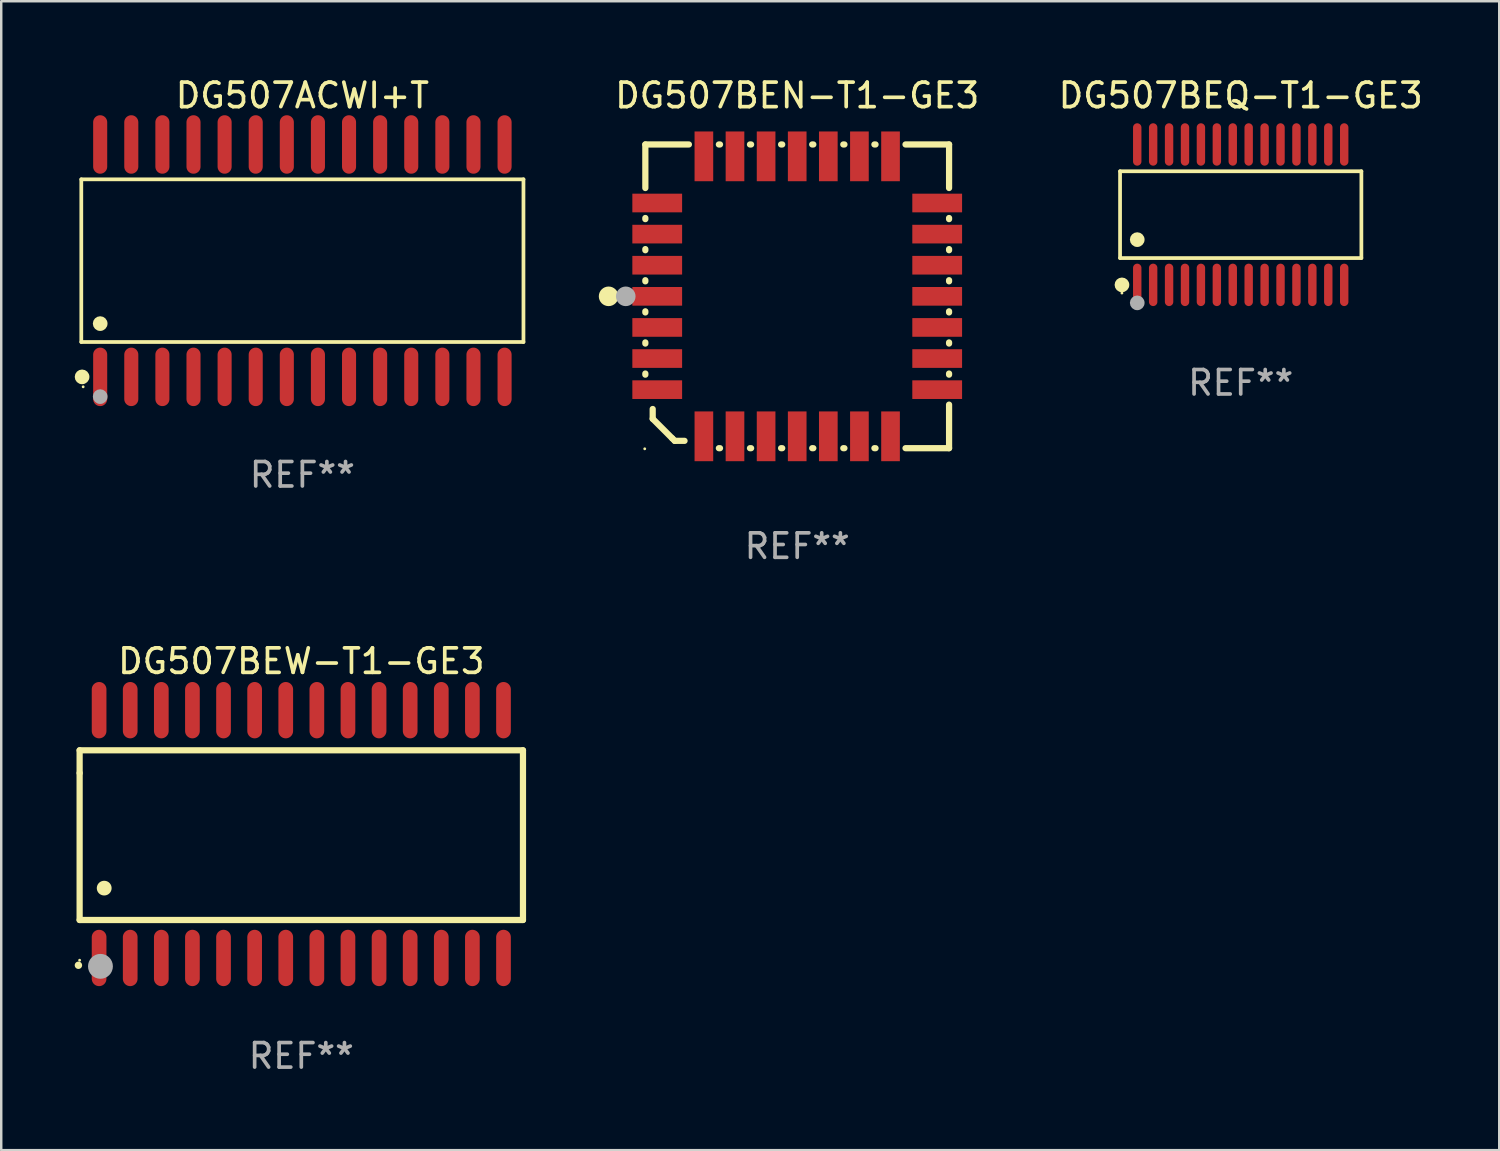
<source format=kicad_pcb>
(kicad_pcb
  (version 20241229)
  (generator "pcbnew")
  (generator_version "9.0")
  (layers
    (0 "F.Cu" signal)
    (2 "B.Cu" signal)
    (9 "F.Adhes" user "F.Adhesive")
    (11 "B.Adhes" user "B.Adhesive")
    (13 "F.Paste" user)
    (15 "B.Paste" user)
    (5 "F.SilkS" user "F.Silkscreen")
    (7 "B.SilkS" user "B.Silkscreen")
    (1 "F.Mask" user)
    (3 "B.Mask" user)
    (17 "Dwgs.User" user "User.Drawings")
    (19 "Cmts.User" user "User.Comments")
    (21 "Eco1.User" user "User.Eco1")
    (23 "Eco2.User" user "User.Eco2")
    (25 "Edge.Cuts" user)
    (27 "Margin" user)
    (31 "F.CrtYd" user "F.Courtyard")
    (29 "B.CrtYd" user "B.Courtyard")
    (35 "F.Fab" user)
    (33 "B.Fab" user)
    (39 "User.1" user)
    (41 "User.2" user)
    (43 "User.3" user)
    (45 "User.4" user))
  (footprint "DG507ACWI+T"
    (layer "F.Cu")
    (at 9.295 7.592)
    (property "Reference" "DG507ACWI+T" (at 0 -6.744 0) (layer "F.SilkS") (effects (font (size 1 1) (thickness 0.15))))
    (attr through_hole)
    (fp_line (start -9.026 -3.321) (end 9.026 -3.321) (stroke (width 0.152) (type solid)) (layer "F.SilkS"))
    (fp_line (start -9.026 3.321) (end -9.026 -3.321) (stroke (width 0.152) (type solid)) (layer "F.SilkS"))
    (fp_line (start 9.026 -3.321) (end 9.026 3.321) (stroke (width 0.152) (type solid)) (layer "F.SilkS"))
    (fp_line (start 9.026 3.321) (end -9.026 3.321) (stroke (width 0.152) (type solid)) (layer "F.SilkS"))
    (fp_circle (center -8.994 4.744) (end -8.844 4.744) (stroke (width 0.3) (type solid)) (fill no) (layer "F.SilkS"))
    (fp_circle (center -8.95 5.15) (end -8.92 5.15) (stroke (width 0.06) (type solid)) (fill no) (layer "F.SilkS"))
    (fp_circle (center -8.255 2.569) (end -8.105 2.569) (stroke (width 0.3) (type solid)) (fill no) (layer "F.SilkS"))
    (fp_circle (center -8.255 5.55) (end -8.105 5.55) (stroke (width 0.3) (type solid)) (fill no) (layer "F.Fab"))
    (fp_text user "REF**" (at 0 8.744 0) (layer "F.Fab") (effects (font (size 1 1) (thickness 0.15))))
    (pad "1" smd oval (at -8.255 4.744) (size 0.574 2.388) (layers "F.Cu" "F.Mask" "F.Paste"))
    (pad "2" smd oval (at -6.985 4.744) (size 0.574 2.388) (layers "F.Cu" "F.Mask" "F.Paste"))
    (pad "3" smd oval (at -5.715 4.744) (size 0.574 2.388) (layers "F.Cu" "F.Mask" "F.Paste"))
    (pad "4" smd oval (at -4.445 4.744) (size 0.574 2.388) (layers "F.Cu" "F.Mask" "F.Paste"))
    (pad "5" smd oval (at -3.175 4.744) (size 0.574 2.388) (layers "F.Cu" "F.Mask" "F.Paste"))
    (pad "6" smd oval (at -1.905 4.744) (size 0.574 2.388) (layers "F.Cu" "F.Mask" "F.Paste"))
    (pad "7" smd oval (at -0.635 4.744) (size 0.574 2.388) (layers "F.Cu" "F.Mask" "F.Paste"))
    (pad "8" smd oval (at 0.635 4.744) (size 0.574 2.388) (layers "F.Cu" "F.Mask" "F.Paste"))
    (pad "9" smd oval (at 1.905 4.744) (size 0.574 2.388) (layers "F.Cu" "F.Mask" "F.Paste"))
    (pad "10" smd oval (at 3.175 4.744) (size 0.574 2.388) (layers "F.Cu" "F.Mask" "F.Paste"))
    (pad "11" smd oval (at 4.445 4.744) (size 0.574 2.388) (layers "F.Cu" "F.Mask" "F.Paste"))
    (pad "12" smd oval (at 5.715 4.744) (size 0.574 2.388) (layers "F.Cu" "F.Mask" "F.Paste"))
    (pad "13" smd oval (at 6.985 4.744) (size 0.574 2.388) (layers "F.Cu" "F.Mask" "F.Paste"))
    (pad "14" smd oval (at 8.255 4.744) (size 0.574 2.388) (layers "F.Cu" "F.Mask" "F.Paste"))
    (pad "15" smd oval (at 8.255 -4.744) (size 0.574 2.388) (layers "F.Cu" "F.Mask" "F.Paste"))
    (pad "16" smd oval (at 6.985 -4.744) (size 0.574 2.388) (layers "F.Cu" "F.Mask" "F.Paste"))
    (pad "17" smd oval (at 5.715 -4.744) (size 0.574 2.388) (layers "F.Cu" "F.Mask" "F.Paste"))
    (pad "18" smd oval (at 4.445 -4.744) (size 0.574 2.388) (layers "F.Cu" "F.Mask" "F.Paste"))
    (pad "19" smd oval (at 3.175 -4.744) (size 0.574 2.388) (layers "F.Cu" "F.Mask" "F.Paste"))
    (pad "20" smd oval (at 1.905 -4.744) (size 0.574 2.388) (layers "F.Cu" "F.Mask" "F.Paste"))
    (pad "21" smd oval (at 0.635 -4.744) (size 0.574 2.388) (layers "F.Cu" "F.Mask" "F.Paste"))
    (pad "22" smd oval (at -0.635 -4.744) (size 0.574 2.388) (layers "F.Cu" "F.Mask" "F.Paste"))
    (pad "23" smd oval (at -1.905 -4.744) (size 0.574 2.388) (layers "F.Cu" "F.Mask" "F.Paste"))
    (pad "24" smd oval (at -3.175 -4.744) (size 0.574 2.388) (layers "F.Cu" "F.Mask" "F.Paste"))
    (pad "25" smd oval (at -4.445 -4.744) (size 0.574 2.388) (layers "F.Cu" "F.Mask" "F.Paste"))
    (pad "26" smd oval (at -5.715 -4.744) (size 0.574 2.388) (layers "F.Cu" "F.Mask" "F.Paste"))
    (pad "27" smd oval (at -6.985 -4.744) (size 0.574 2.388) (layers "F.Cu" "F.Mask" "F.Paste"))
    (pad "28" smd oval (at -8.255 -4.744) (size 0.574 2.388) (layers "F.Cu" "F.Mask" "F.Paste")))
  (footprint "DG507BEW-T1-GE3"
    (layer "F.Cu")
    (at 9.251 31.002)
    (property "Reference" "DG507BEW-T1-GE3" (at 0 -7.058 0) (layer "F.SilkS") (effects (font (size 1 1) (thickness 0.15))))
    (attr through_hole)
    (fp_line (start -9.05 -3.42) (end 9.05 -3.42) (stroke (width 0.254) (type solid)) (layer "F.SilkS"))
    (fp_line (start -9.05 -2.492) (end -9.05 -3.42) (stroke (width 0.254) (type solid)) (layer "F.SilkS"))
    (fp_line (start -9.05 3.508) (end -9.05 -2.492) (stroke (width 0.254) (type solid)) (layer "F.SilkS"))
    (fp_line (start 9.05 -3.42) (end 9.05 3.508) (stroke (width 0.254) (type solid)) (layer "F.SilkS"))
    (fp_line (start 9.05 3.508) (end -9.05 3.508) (stroke (width 0.254) (type solid)) (layer "F.SilkS"))
    (fp_arc (start -9.100838 5.35649) (mid -9.099568 5.356485) (end -9.098298 5.35649) (stroke (width 0.3) (type solid)) (layer "F.SilkS"))
    (fp_arc (start -8.049276 2.206883) (mid -8.046736 2.206872) (end -8.044196 2.206883) (stroke (width 0.6) (type solid)) (layer "F.SilkS"))
    (fp_circle (center -9.05 5.15) (end -9.02 5.15) (stroke (width 0.06) (type solid)) (fill no) (layer "F.SilkS"))
    (fp_circle (center -8.2 5.4) (end -7.946 5.4) (stroke (width 0.508) (type solid)) (fill no) (layer "F.Fab"))
    (fp_text user "REF**" (at 0 9.058 0) (layer "F.Fab") (effects (font (size 1 1) (thickness 0.15))))
    (pad "1" smd oval (at -8.255 5.058 180) (size 0.6 2.3) (layers "F.Cu" "F.Mask" "F.Paste"))
    (pad "2" smd oval (at -6.985 5.058 180) (size 0.6 2.3) (layers "F.Cu" "F.Mask" "F.Paste"))
    (pad "3" smd oval (at -5.715 5.058 180) (size 0.6 2.3) (layers "F.Cu" "F.Mask" "F.Paste"))
    (pad "4" smd oval (at -4.445 5.058 180) (size 0.6 2.3) (layers "F.Cu" "F.Mask" "F.Paste"))
    (pad "5" smd oval (at -3.175 5.058 180) (size 0.6 2.3) (layers "F.Cu" "F.Mask" "F.Paste"))
    (pad "6" smd oval (at -1.905 5.058 180) (size 0.6 2.3) (layers "F.Cu" "F.Mask" "F.Paste"))
    (pad "7" smd oval (at -0.635 5.058 180) (size 0.6 2.3) (layers "F.Cu" "F.Mask" "F.Paste"))
    (pad "8" smd oval (at 0.635 5.058 180) (size 0.6 2.3) (layers "F.Cu" "F.Mask" "F.Paste"))
    (pad "9" smd oval (at 1.905 5.058 180) (size 0.6 2.3) (layers "F.Cu" "F.Mask" "F.Paste"))
    (pad "10" smd oval (at 3.175 5.058 180) (size 0.6 2.3) (layers "F.Cu" "F.Mask" "F.Paste"))
    (pad "11" smd oval (at 4.445 5.058 180) (size 0.6 2.3) (layers "F.Cu" "F.Mask" "F.Paste"))
    (pad "12" smd oval (at 5.715 5.058 180) (size 0.6 2.3) (layers "F.Cu" "F.Mask" "F.Paste"))
    (pad "13" smd oval (at 6.985 5.058 180) (size 0.6 2.3) (layers "F.Cu" "F.Mask" "F.Paste"))
    (pad "14" smd oval (at 8.255 5.058 180) (size 0.6 2.3) (layers "F.Cu" "F.Mask" "F.Paste"))
    (pad "15" smd oval (at 8.255 -5.058 180) (size 0.6 2.3) (layers "F.Cu" "F.Mask" "F.Paste"))
    (pad "16" smd oval (at 6.985 -5.058 180) (size 0.6 2.3) (layers "F.Cu" "F.Mask" "F.Paste"))
    (pad "17" smd oval (at 5.715 -5.058 180) (size 0.6 2.3) (layers "F.Cu" "F.Mask" "F.Paste"))
    (pad "18" smd oval (at 4.445 -5.058 180) (size 0.6 2.3) (layers "F.Cu" "F.Mask" "F.Paste"))
    (pad "19" smd oval (at 3.175 -5.058 180) (size 0.6 2.3) (layers "F.Cu" "F.Mask" "F.Paste"))
    (pad "20" smd oval (at 1.905 -5.058 180) (size 0.6 2.3) (layers "F.Cu" "F.Mask" "F.Paste"))
    (pad "21" smd oval (at 0.635 -5.058 180) (size 0.6 2.3) (layers "F.Cu" "F.Mask" "F.Paste"))
    (pad "22" smd oval (at -0.635 -5.058 180) (size 0.6 2.3) (layers "F.Cu" "F.Mask" "F.Paste"))
    (pad "23" smd oval (at -1.905 -5.058 180) (size 0.6 2.3) (layers "F.Cu" "F.Mask" "F.Paste"))
    (pad "24" smd oval (at -3.175 -5.058 180) (size 0.6 2.3) (layers "F.Cu" "F.Mask" "F.Paste"))
    (pad "25" smd oval (at -4.445 -5.058 180) (size 0.6 2.3) (layers "F.Cu" "F.Mask" "F.Paste"))
    (pad "26" smd oval (at -5.715 -5.058 180) (size 0.6 2.3) (layers "F.Cu" "F.Mask" "F.Paste"))
    (pad "27" smd oval (at -6.985 -5.058 180) (size 0.6 2.3) (layers "F.Cu" "F.Mask" "F.Paste"))
    (pad "28" smd oval (at -8.255 -5.058 180) (size 0.6 2.3) (layers "F.Cu" "F.Mask" "F.Paste")))
  (footprint "DG507BEN-T1-GE3"
    (layer "F.Cu")
    (at 29.497 9.048)
    (property "Reference" "DG507BEN-T1-GE3" (at 0 -8.2 0) (layer "F.SilkS") (effects (font (size 1 1) (thickness 0.15))))
    (attr through_hole)
    (fp_line (start -6.2 -6.2) (end -4.422 -6.2) (stroke (width 0.254) (type solid)) (layer "F.SilkS"))
    (fp_line (start -6.2 -4.422) (end -6.2 -6.2) (stroke (width 0.254) (type solid)) (layer "F.SilkS"))
    (fp_line (start -6.2 -3.152) (end -6.2 -3.198) (stroke (width 0.254) (type solid)) (layer "F.SilkS"))
    (fp_line (start -6.2 -1.882) (end -6.2 -1.928) (stroke (width 0.254) (type solid)) (layer "F.SilkS"))
    (fp_line (start -6.2 -0.612) (end -6.2 -0.658) (stroke (width 0.254) (type solid)) (layer "F.SilkS"))
    (fp_line (start -6.2 0.658) (end -6.2 0.612) (stroke (width 0.254) (type solid)) (layer "F.SilkS"))
    (fp_line (start -6.2 1.928) (end -6.2 1.882) (stroke (width 0.254) (type solid)) (layer "F.SilkS"))
    (fp_line (start -6.2 3.198) (end -6.2 3.152) (stroke (width 0.254) (type solid)) (layer "F.SilkS"))
    (fp_line (start -5.9 4.6) (end -5.9 5) (stroke (width 0.254) (type solid)) (layer "F.SilkS"))
    (fp_line (start -5.9 5) (end -5.1 5.8) (stroke (width 0.254) (type solid)) (layer "F.SilkS"))
    (fp_line (start -5.1 5.8) (end -5 5.9) (stroke (width 0.254) (type solid)) (layer "F.SilkS"))
    (fp_line (start -5 5.9) (end -4.6 5.9) (stroke (width 0.254) (type solid)) (layer "F.SilkS"))
    (fp_line (start -3.198 -6.2) (end -3.152 -6.2) (stroke (width 0.254) (type solid)) (layer "F.SilkS"))
    (fp_line (start -3.152 6.2) (end -3.198 6.2) (stroke (width 0.254) (type solid)) (layer "F.SilkS"))
    (fp_line (start -1.928 -6.2) (end -1.882 -6.2) (stroke (width 0.254) (type solid)) (layer "F.SilkS"))
    (fp_line (start -1.882 6.2) (end -1.928 6.2) (stroke (width 0.254) (type solid)) (layer "F.SilkS"))
    (fp_line (start -0.658 -6.2) (end -0.612 -6.2) (stroke (width 0.254) (type solid)) (layer "F.SilkS"))
    (fp_line (start -0.612 6.2) (end -0.658 6.2) (stroke (width 0.254) (type solid)) (layer "F.SilkS"))
    (fp_line (start 0.612 -6.2) (end 0.658 -6.2) (stroke (width 0.254) (type solid)) (layer "F.SilkS"))
    (fp_line (start 0.658 6.2) (end 0.612 6.2) (stroke (width 0.254) (type solid)) (layer "F.SilkS"))
    (fp_line (start 1.882 -6.2) (end 1.928 -6.2) (stroke (width 0.254) (type solid)) (layer "F.SilkS"))
    (fp_line (start 1.928 6.2) (end 1.882 6.2) (stroke (width 0.254) (type solid)) (layer "F.SilkS"))
    (fp_line (start 3.152 -6.2) (end 3.198 -6.2) (stroke (width 0.254) (type solid)) (layer "F.SilkS"))
    (fp_line (start 3.198 6.2) (end 3.152 6.2) (stroke (width 0.254) (type solid)) (layer "F.SilkS"))
    (fp_line (start 4.422 -6.2) (end 6.2 -6.2) (stroke (width 0.254) (type solid)) (layer "F.SilkS"))
    (fp_line (start 6.2 -6.2) (end 6.2 -4.422) (stroke (width 0.254) (type solid)) (layer "F.SilkS"))
    (fp_line (start 6.2 -3.198) (end 6.2 -3.152) (stroke (width 0.254) (type solid)) (layer "F.SilkS"))
    (fp_line (start 6.2 -1.928) (end 6.2 -1.882) (stroke (width 0.254) (type solid)) (layer "F.SilkS"))
    (fp_line (start 6.2 -0.658) (end 6.2 -0.612) (stroke (width 0.254) (type solid)) (layer "F.SilkS"))
    (fp_line (start 6.2 0.612) (end 6.2 0.658) (stroke (width 0.254) (type solid)) (layer "F.SilkS"))
    (fp_line (start 6.2 1.882) (end 6.2 1.928) (stroke (width 0.254) (type solid)) (layer "F.SilkS"))
    (fp_line (start 6.2 3.152) (end 6.2 3.198) (stroke (width 0.254) (type solid)) (layer "F.SilkS"))
    (fp_line (start 6.2 4.422) (end 6.2 6.2) (stroke (width 0.254) (type solid)) (layer "F.SilkS"))
    (fp_line (start 6.2 6.2) (end 4.422 6.2) (stroke (width 0.254) (type solid)) (layer "F.SilkS"))
    (fp_circle (center -7.7 0) (end -7.5 0) (stroke (width 0.4) (type solid)) (fill no) (layer "F.SilkS"))
    (fp_circle (center -6.225 6.225) (end -6.195 6.225) (stroke (width 0.06) (type solid)) (fill no) (layer "F.SilkS"))
    (fp_circle (center -7 0) (end -6.8 0) (stroke (width 0.4) (type solid)) (fill no) (layer "F.Fab"))
    (fp_text user "REF**" (at 0 10.2 0) (layer "F.Fab") (effects (font (size 1 1) (thickness 0.15))))
    (pad "1" smd rect (at -5.715 0) (size 2.032 0.762) (layers "F.Cu" "F.Mask" "F.Paste"))
    (pad "2" smd rect (at -5.715 1.27) (size 2.032 0.762) (layers "F.Cu" "F.Mask" "F.Paste"))
    (pad "3" smd rect (at -5.715 2.54) (size 2.032 0.762) (layers "F.Cu" "F.Mask" "F.Paste"))
    (pad "4" smd rect (at -5.715 3.81) (size 2.032 0.762) (layers "F.Cu" "F.Mask" "F.Paste"))
    (pad "5" smd rect (at -3.81 5.715) (size 0.762 2.032) (layers "F.Cu" "F.Mask" "F.Paste"))
    (pad "6" smd rect (at -2.54 5.715) (size 0.762 2.032) (layers "F.Cu" "F.Mask" "F.Paste"))
    (pad "7" smd rect (at -1.27 5.715) (size 0.762 2.032) (layers "F.Cu" "F.Mask" "F.Paste"))
    (pad "8" smd rect (at 0 5.715) (size 0.762 2.032) (layers "F.Cu" "F.Mask" "F.Paste"))
    (pad "9" smd rect (at 1.27 5.715) (size 0.762 2.032) (layers "F.Cu" "F.Mask" "F.Paste"))
    (pad "10" smd rect (at 2.54 5.715) (size 0.762 2.032) (layers "F.Cu" "F.Mask" "F.Paste"))
    (pad "11" smd rect (at 3.81 5.715) (size 0.762 2.032) (layers "F.Cu" "F.Mask" "F.Paste"))
    (pad "12" smd rect (at 5.715 3.81) (size 2.032 0.762) (layers "F.Cu" "F.Mask" "F.Paste"))
    (pad "13" smd rect (at 5.715 2.54) (size 2.032 0.762) (layers "F.Cu" "F.Mask" "F.Paste"))
    (pad "14" smd rect (at 5.715 1.27) (size 2.032 0.762) (layers "F.Cu" "F.Mask" "F.Paste"))
    (pad "15" smd rect (at 5.715 0) (size 2.032 0.762) (layers "F.Cu" "F.Mask" "F.Paste"))
    (pad "16" smd rect (at 5.715 -1.27) (size 2.032 0.762) (layers "F.Cu" "F.Mask" "F.Paste"))
    (pad "17" smd rect (at 5.715 -2.54) (size 2.032 0.762) (layers "F.Cu" "F.Mask" "F.Paste"))
    (pad "18" smd rect (at 5.715 -3.81) (size 2.032 0.762) (layers "F.Cu" "F.Mask" "F.Paste"))
    (pad "19" smd rect (at 3.81 -5.715) (size 0.762 2.032) (layers "F.Cu" "F.Mask" "F.Paste"))
    (pad "20" smd rect (at 2.54 -5.715) (size 0.762 2.032) (layers "F.Cu" "F.Mask" "F.Paste"))
    (pad "21" smd rect (at 1.27 -5.715) (size 0.762 2.032) (layers "F.Cu" "F.Mask" "F.Paste"))
    (pad "22" smd rect (at 0 -5.715) (size 0.762 2.032) (layers "F.Cu" "F.Mask" "F.Paste"))
    (pad "23" smd rect (at -1.27 -5.715) (size 0.762 2.032) (layers "F.Cu" "F.Mask" "F.Paste"))
    (pad "24" smd rect (at -2.54 -5.715) (size 0.762 2.032) (layers "F.Cu" "F.Mask" "F.Paste"))
    (pad "25" smd rect (at -3.81 -5.715) (size 0.762 2.032) (layers "F.Cu" "F.Mask" "F.Paste"))
    (pad "26" smd rect (at -5.715 -3.81) (size 2.032 0.762) (layers "F.Cu" "F.Mask" "F.Paste"))
    (pad "27" smd rect (at -5.715 -2.54) (size 2.032 0.762) (layers "F.Cu" "F.Mask" "F.Paste"))
    (pad "28" smd rect (at -5.715 -1.27) (size 2.032 0.762) (layers "F.Cu" "F.Mask" "F.Paste")))
  (footprint "DG507BEQ-T1-GE3"
    (layer "F.Cu")
    (at 47.604 5.714)
    (property "Reference" "DG507BEQ-T1-GE3" (at 0 -4.866 0) (layer "F.SilkS") (effects (font (size 1 1) (thickness 0.15))))
    (attr through_hole)
    (fp_line (start -4.926 -1.772) (end 4.926 -1.772) (stroke (width 0.152) (type solid)) (layer "F.SilkS"))
    (fp_line (start -4.926 1.771) (end -4.926 -1.772) (stroke (width 0.152) (type solid)) (layer "F.SilkS"))
    (fp_line (start 4.926 -1.772) (end 4.926 1.771) (stroke (width 0.152) (type solid)) (layer "F.SilkS"))
    (fp_line (start 4.926 1.771) (end -4.926 1.771) (stroke (width 0.152) (type solid)) (layer "F.SilkS"))
    (fp_circle (center -4.85 3.2) (end -4.82 3.2) (stroke (width 0.06) (type solid)) (fill no) (layer "F.SilkS"))
    (fp_circle (center -4.849 2.866) (end -4.699 2.866) (stroke (width 0.3) (type solid)) (fill no) (layer "F.SilkS"))
    (fp_circle (center -4.225 1.019) (end -4.075 1.019) (stroke (width 0.3) (type solid)) (fill no) (layer "F.SilkS"))
    (fp_circle (center -4.225 3.6) (end -4.075 3.6) (stroke (width 0.3) (type solid)) (fill no) (layer "F.Fab"))
    (fp_text user "REF**" (at 0 6.866 0) (layer "F.Fab") (effects (font (size 1 1) (thickness 0.15))))
    (pad "1" smd oval (at -4.225 2.866) (size 0.343 1.731) (layers "F.Cu" "F.Mask" "F.Paste"))
    (pad "2" smd oval (at -3.575 2.866) (size 0.343 1.731) (layers "F.Cu" "F.Mask" "F.Paste"))
    (pad "3" smd oval (at -2.925 2.866) (size 0.343 1.731) (layers "F.Cu" "F.Mask" "F.Paste"))
    (pad "4" smd oval (at -2.275 2.866) (size 0.343 1.731) (layers "F.Cu" "F.Mask" "F.Paste"))
    (pad "5" smd oval (at -1.625 2.866) (size 0.343 1.731) (layers "F.Cu" "F.Mask" "F.Paste"))
    (pad "6" smd oval (at -0.975 2.866) (size 0.343 1.731) (layers "F.Cu" "F.Mask" "F.Paste"))
    (pad "7" smd oval (at -0.325 2.866) (size 0.343 1.731) (layers "F.Cu" "F.Mask" "F.Paste"))
    (pad "8" smd oval (at 0.325 2.866) (size 0.343 1.731) (layers "F.Cu" "F.Mask" "F.Paste"))
    (pad "9" smd oval (at 0.975 2.866) (size 0.343 1.731) (layers "F.Cu" "F.Mask" "F.Paste"))
    (pad "10" smd oval (at 1.625 2.866) (size 0.343 1.731) (layers "F.Cu" "F.Mask" "F.Paste"))
    (pad "11" smd oval (at 2.275 2.866) (size 0.343 1.731) (layers "F.Cu" "F.Mask" "F.Paste"))
    (pad "12" smd oval (at 2.925 2.866) (size 0.343 1.731) (layers "F.Cu" "F.Mask" "F.Paste"))
    (pad "13" smd oval (at 3.575 2.866) (size 0.343 1.731) (layers "F.Cu" "F.Mask" "F.Paste"))
    (pad "14" smd oval (at 4.225 2.866) (size 0.343 1.731) (layers "F.Cu" "F.Mask" "F.Paste"))
    (pad "15" smd oval (at 4.225 -2.866) (size 0.343 1.731) (layers "F.Cu" "F.Mask" "F.Paste"))
    (pad "16" smd oval (at 3.575 -2.866) (size 0.343 1.731) (layers "F.Cu" "F.Mask" "F.Paste"))
    (pad "17" smd oval (at 2.925 -2.866) (size 0.343 1.731) (layers "F.Cu" "F.Mask" "F.Paste"))
    (pad "18" smd oval (at 2.275 -2.866) (size 0.343 1.731) (layers "F.Cu" "F.Mask" "F.Paste"))
    (pad "19" smd oval (at 1.625 -2.866) (size 0.343 1.731) (layers "F.Cu" "F.Mask" "F.Paste"))
    (pad "20" smd oval (at 0.975 -2.866) (size 0.343 1.731) (layers "F.Cu" "F.Mask" "F.Paste"))
    (pad "21" smd oval (at 0.325 -2.866) (size 0.343 1.731) (layers "F.Cu" "F.Mask" "F.Paste"))
    (pad "22" smd oval (at -0.325 -2.866) (size 0.343 1.731) (layers "F.Cu" "F.Mask" "F.Paste"))
    (pad "23" smd oval (at -0.975 -2.866) (size 0.343 1.731) (layers "F.Cu" "F.Mask" "F.Paste"))
    (pad "24" smd oval (at -1.625 -2.866) (size 0.343 1.731) (layers "F.Cu" "F.Mask" "F.Paste"))
    (pad "25" smd oval (at -2.275 -2.866) (size 0.343 1.731) (layers "F.Cu" "F.Mask" "F.Paste"))
    (pad "26" smd oval (at -2.925 -2.866) (size 0.343 1.731) (layers "F.Cu" "F.Mask" "F.Paste"))
    (pad "27" smd oval (at -3.575 -2.866) (size 0.343 1.731) (layers "F.Cu" "F.Mask" "F.Paste"))
    (pad "28" smd oval (at -4.225 -2.866) (size 0.343 1.731) (layers "F.Cu" "F.Mask" "F.Paste")))
  (gr_rect
    (start -3 -3)
    (end 58.158 43.908)
    (stroke (width 0.1) (type default))
    (fill no)
    (layer "Edge.Cuts")))
</source>
